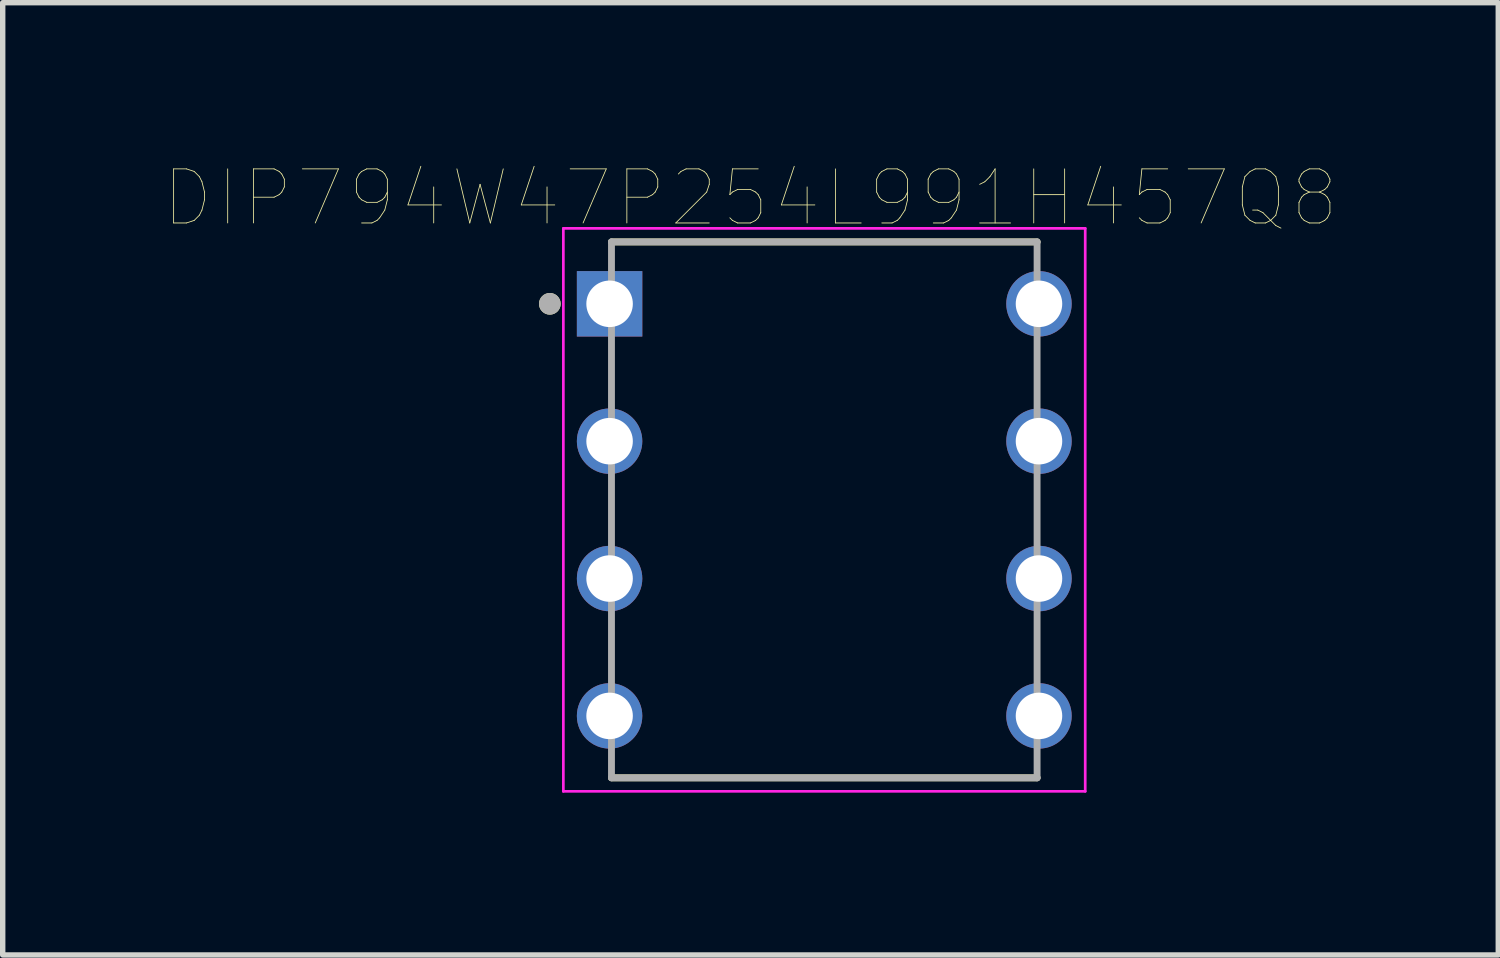
<source format=kicad_pcb>
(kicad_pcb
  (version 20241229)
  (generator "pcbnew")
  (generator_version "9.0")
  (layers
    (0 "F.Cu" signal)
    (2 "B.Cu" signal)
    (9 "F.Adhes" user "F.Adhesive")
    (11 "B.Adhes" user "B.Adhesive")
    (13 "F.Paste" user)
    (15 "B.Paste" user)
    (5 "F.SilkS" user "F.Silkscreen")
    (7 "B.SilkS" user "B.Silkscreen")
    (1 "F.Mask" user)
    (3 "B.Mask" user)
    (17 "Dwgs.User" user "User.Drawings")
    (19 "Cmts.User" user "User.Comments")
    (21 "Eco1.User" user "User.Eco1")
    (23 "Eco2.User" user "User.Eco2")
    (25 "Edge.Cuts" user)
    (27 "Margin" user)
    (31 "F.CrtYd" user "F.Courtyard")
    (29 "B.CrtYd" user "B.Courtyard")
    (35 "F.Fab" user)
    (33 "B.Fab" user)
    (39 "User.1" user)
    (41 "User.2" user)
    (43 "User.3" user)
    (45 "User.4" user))
  (footprint "DIP794W47P254L991H457Q8"
    (layer "F.Cu")
    (at 12.192 6.378)
    (property "Reference" "DIP794W47P254L991H457Q8" (at -1.365 -5.767 0) (layer "F.SilkS") (effects (font (size 1 1) (thickness 0.015))))
    (attr through_hole)
    (fp_line (start -3.935 -4.955) (end 3.935 -4.955) (stroke (width 0.127) (type solid)) (layer "F.SilkS"))
    (fp_line (start -3.935 4.955) (end 3.935 4.955) (stroke (width 0.127) (type solid)) (layer "F.SilkS"))
    (fp_circle (center -5.075 -3.81) (end -4.975 -3.81) (stroke (width 0.2) (type solid)) (fill no) (layer "F.SilkS"))
    (fp_line (start -4.825 -5.205) (end -4.825 5.205) (stroke (width 0.05) (type solid)) (layer "F.CrtYd"))
    (fp_line (start 4.825 -5.205) (end -4.825 -5.205) (stroke (width 0.05) (type solid)) (layer "F.CrtYd"))
    (fp_line (start 4.825 -5.205) (end 4.825 5.205) (stroke (width 0.05) (type solid)) (layer "F.CrtYd"))
    (fp_line (start 4.825 5.205) (end -4.825 5.205) (stroke (width 0.05) (type solid)) (layer "F.CrtYd"))
    (fp_line (start -3.935 -4.955) (end -3.935 4.955) (stroke (width 0.127) (type solid)) (layer "F.Fab"))
    (fp_line (start -3.935 -4.955) (end 3.935 -4.955) (stroke (width 0.127) (type solid)) (layer "F.Fab"))
    (fp_line (start -3.935 4.955) (end 3.935 4.955) (stroke (width 0.127) (type solid)) (layer "F.Fab"))
    (fp_line (start 3.935 -4.955) (end 3.935 4.955) (stroke (width 0.127) (type solid)) (layer "F.Fab"))
    (fp_circle (center -5.075 -3.81) (end -4.975 -3.81) (stroke (width 0.2) (type solid)) (fill no) (layer "F.Fab"))
    (pad "1" thru_hole rect (at -3.97 -3.81) (size 1.21 1.21) (drill 0.86) (layers "*.Cu" "*.Mask"))
    (pad "2" thru_hole circle (at -3.97 -1.27) (size 1.21 1.21) (drill 0.86) (layers "*.Cu" "*.Mask"))
    (pad "3" thru_hole circle (at -3.97 1.27) (size 1.21 1.21) (drill 0.86) (layers "*.Cu" "*.Mask"))
    (pad "4" thru_hole circle (at -3.97 3.81) (size 1.21 1.21) (drill 0.86) (layers "*.Cu" "*.Mask"))
    (pad "5" thru_hole circle (at 3.97 3.81) (size 1.21 1.21) (drill 0.86) (layers "*.Cu" "*.Mask"))
    (pad "6" thru_hole circle (at 3.97 1.27) (size 1.21 1.21) (drill 0.86) (layers "*.Cu" "*.Mask"))
    (pad "7" thru_hole circle (at 3.97 -1.27) (size 1.21 1.21) (drill 0.86) (layers "*.Cu" "*.Mask"))
    (pad "8" thru_hole circle (at 3.97 -3.81) (size 1.21 1.21) (drill 0.86) (layers "*.Cu" "*.Mask")))
  (gr_rect
    (start -3 -3)
    (end 24.655 14.608)
    (stroke (width 0.1) (type default))
    (fill no)
    (layer "Edge.Cuts")))
</source>
